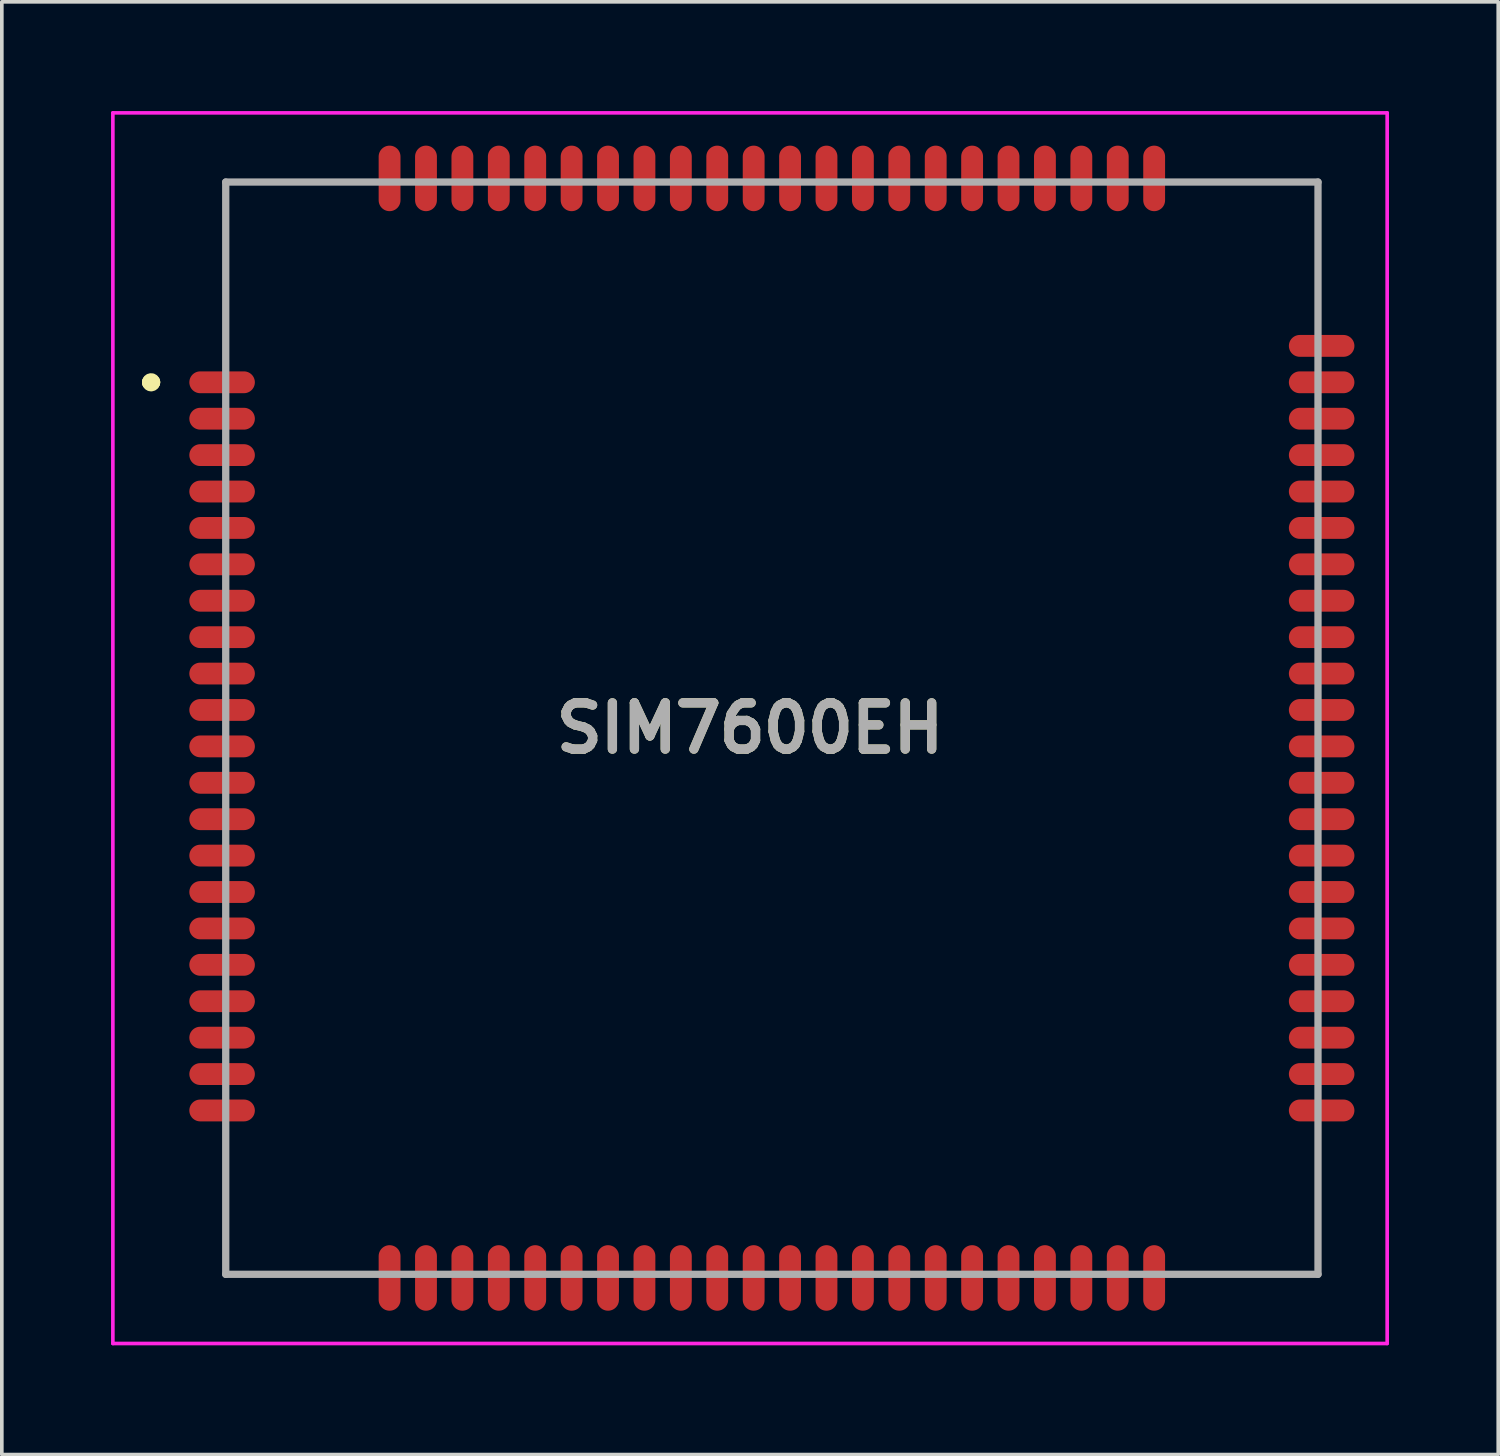
<source format=kicad_pcb>
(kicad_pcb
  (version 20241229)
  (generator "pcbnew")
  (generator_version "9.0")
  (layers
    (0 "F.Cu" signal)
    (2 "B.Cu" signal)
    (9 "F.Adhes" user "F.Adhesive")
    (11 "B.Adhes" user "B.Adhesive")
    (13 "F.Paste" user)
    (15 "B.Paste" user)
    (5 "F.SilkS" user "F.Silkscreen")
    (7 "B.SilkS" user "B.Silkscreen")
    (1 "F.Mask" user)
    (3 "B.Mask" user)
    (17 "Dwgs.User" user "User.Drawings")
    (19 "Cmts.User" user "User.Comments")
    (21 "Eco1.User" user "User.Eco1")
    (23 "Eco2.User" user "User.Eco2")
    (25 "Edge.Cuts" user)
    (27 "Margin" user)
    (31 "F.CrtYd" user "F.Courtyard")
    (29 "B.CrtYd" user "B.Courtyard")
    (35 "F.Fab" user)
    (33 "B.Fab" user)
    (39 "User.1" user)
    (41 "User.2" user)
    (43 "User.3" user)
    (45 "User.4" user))
  (footprint "SIM7600EH"
    (layer "F.Cu")
    (at 18.15 16.95)
    (property "Reference" "SIM7600EH" (at -0.6 0 0) (layer "F.SilkS") (effects (font (size 1.27 1.27) (thickness 0.254))))
    (attr smd)
    (fp_line (start -17.1 -9.5) (end -17.1 -9.5) (stroke (width 0.4) (type solid)) (layer "F.SilkS"))
    (fp_line (start -17 -9.5) (end -17 -9.5) (stroke (width 0.4) (type solid)) (layer "F.SilkS"))
    (fp_line (start -15 -15) (end -15 -10) (stroke (width 0.1) (type solid)) (layer "F.SilkS"))
    (fp_line (start -15 11) (end -15 15) (stroke (width 0.1) (type solid)) (layer "F.SilkS"))
    (fp_line (start -15 15) (end -11 15) (stroke (width 0.1) (type solid)) (layer "F.SilkS"))
    (fp_line (start -11 -15) (end -15 -15) (stroke (width 0.1) (type solid)) (layer "F.SilkS"))
    (fp_line (start 11 -15) (end 15 -15) (stroke (width 0.1) (type solid)) (layer "F.SilkS"))
    (fp_line (start 11 15) (end 15 15) (stroke (width 0.1) (type solid)) (layer "F.SilkS"))
    (fp_line (start 15 -15) (end 15 -11) (stroke (width 0.1) (type solid)) (layer "F.SilkS"))
    (fp_line (start 15 15) (end 15 11) (stroke (width 0.1) (type solid)) (layer "F.SilkS"))
    (fp_arc (start -17.1 -9.5) (mid -17.05 -9.55) (end -17 -9.5) (stroke (width 0.4) (type solid)) (layer "F.SilkS"))
    (fp_arc (start -17 -9.5) (mid -17.05 -9.45) (end -17.1 -9.5) (stroke (width 0.4) (type solid)) (layer "F.SilkS"))
    (fp_line (start -18.1 -16.9) (end 16.9 -16.9) (stroke (width 0.1) (type solid)) (layer "F.CrtYd"))
    (fp_line (start -18.1 16.9) (end -18.1 -16.9) (stroke (width 0.1) (type solid)) (layer "F.CrtYd"))
    (fp_line (start 16.9 -16.9) (end 16.9 16.9) (stroke (width 0.1) (type solid)) (layer "F.CrtYd"))
    (fp_line (start 16.9 16.9) (end -18.1 16.9) (stroke (width 0.1) (type solid)) (layer "F.CrtYd"))
    (fp_line (start -15 -15) (end 15 -15) (stroke (width 0.2) (type solid)) (layer "F.Fab"))
    (fp_line (start -15 15) (end -15 -15) (stroke (width 0.2) (type solid)) (layer "F.Fab"))
    (fp_line (start 15 -15) (end 15 15) (stroke (width 0.2) (type solid)) (layer "F.Fab"))
    (fp_line (start 15 15) (end -15 15) (stroke (width 0.2) (type solid)) (layer "F.Fab"))
    (fp_text user "${REFERENCE}" (at -0.6 0 0) (layer "F.Fab") (effects (font (size 1.27 1.27) (thickness 0.254))))
    (pad "1" smd oval (at -15.1 -9.5 90) (size 0.6 1.8) (layers "F.Cu" "F.Mask" "F.Paste"))
    (pad "2" smd oval (at -15.1 -8.5 90) (size 0.6 1.8) (layers "F.Cu" "F.Mask" "F.Paste"))
    (pad "3" smd oval (at -15.1 -7.5 90) (size 0.6 1.8) (layers "F.Cu" "F.Mask" "F.Paste"))
    (pad "4" smd oval (at -15.1 -6.5 90) (size 0.6 1.8) (layers "F.Cu" "F.Mask" "F.Paste"))
    (pad "5" smd oval (at -15.1 -5.5 90) (size 0.6 1.8) (layers "F.Cu" "F.Mask" "F.Paste"))
    (pad "6" smd oval (at -15.1 -4.5 90) (size 0.6 1.8) (layers "F.Cu" "F.Mask" "F.Paste"))
    (pad "7" smd oval (at -15.1 -3.5 90) (size 0.6 1.8) (layers "F.Cu" "F.Mask" "F.Paste"))
    (pad "8" smd oval (at -15.1 -2.5 90) (size 0.6 1.8) (layers "F.Cu" "F.Mask" "F.Paste"))
    (pad "9" smd oval (at -15.1 -1.5 90) (size 0.6 1.8) (layers "F.Cu" "F.Mask" "F.Paste"))
    (pad "10" smd oval (at -15.1 -0.5 90) (size 0.6 1.8) (layers "F.Cu" "F.Mask" "F.Paste"))
    (pad "11" smd oval (at -15.1 0.5 90) (size 0.6 1.8) (layers "F.Cu" "F.Mask" "F.Paste"))
    (pad "12" smd oval (at -15.1 1.5 90) (size 0.6 1.8) (layers "F.Cu" "F.Mask" "F.Paste"))
    (pad "13" smd oval (at -15.1 2.5 90) (size 0.6 1.8) (layers "F.Cu" "F.Mask" "F.Paste"))
    (pad "14" smd oval (at -15.1 3.5 90) (size 0.6 1.8) (layers "F.Cu" "F.Mask" "F.Paste"))
    (pad "15" smd oval (at -15.1 4.5 90) (size 0.6 1.8) (layers "F.Cu" "F.Mask" "F.Paste"))
    (pad "16" smd oval (at -15.1 5.5 90) (size 0.6 1.8) (layers "F.Cu" "F.Mask" "F.Paste"))
    (pad "17" smd oval (at -15.1 6.5 90) (size 0.6 1.8) (layers "F.Cu" "F.Mask" "F.Paste"))
    (pad "18" smd oval (at -15.1 7.5 90) (size 0.6 1.8) (layers "F.Cu" "F.Mask" "F.Paste"))
    (pad "19" smd oval (at -15.1 8.5 90) (size 0.6 1.8) (layers "F.Cu" "F.Mask" "F.Paste"))
    (pad "20" smd oval (at -15.1 9.5 90) (size 0.6 1.8) (layers "F.Cu" "F.Mask" "F.Paste"))
    (pad "21" smd oval (at -9.5 15.1) (size 0.6 1.8) (layers "F.Cu" "F.Mask" "F.Paste"))
    (pad "22" smd oval (at -8.5 15.1) (size 0.6 1.8) (layers "F.Cu" "F.Mask" "F.Paste"))
    (pad "23" smd oval (at -7.5 15.1) (size 0.6 1.8) (layers "F.Cu" "F.Mask" "F.Paste"))
    (pad "24" smd oval (at -6.5 15.1) (size 0.6 1.8) (layers "F.Cu" "F.Mask" "F.Paste"))
    (pad "25" smd oval (at -5.5 15.1) (size 0.6 1.8) (layers "F.Cu" "F.Mask" "F.Paste"))
    (pad "26" smd oval (at -4.5 15.1) (size 0.6 1.8) (layers "F.Cu" "F.Mask" "F.Paste"))
    (pad "27" smd oval (at -3.5 15.1) (size 0.6 1.8) (layers "F.Cu" "F.Mask" "F.Paste"))
    (pad "28" smd oval (at -2.5 15.1) (size 0.6 1.8) (layers "F.Cu" "F.Mask" "F.Paste"))
    (pad "29" smd oval (at -1.5 15.1) (size 0.6 1.8) (layers "F.Cu" "F.Mask" "F.Paste"))
    (pad "30" smd oval (at -0.5 15.1) (size 0.6 1.8) (layers "F.Cu" "F.Mask" "F.Paste"))
    (pad "31" smd oval (at 0.5 15.1) (size 0.6 1.8) (layers "F.Cu" "F.Mask" "F.Paste"))
    (pad "32" smd oval (at 1.5 15.1) (size 0.6 1.8) (layers "F.Cu" "F.Mask" "F.Paste"))
    (pad "33" smd oval (at 2.5 15.1) (size 0.6 1.8) (layers "F.Cu" "F.Mask" "F.Paste"))
    (pad "34" smd oval (at 3.5 15.1) (size 0.6 1.8) (layers "F.Cu" "F.Mask" "F.Paste"))
    (pad "35" smd oval (at 4.5 15.1) (size 0.6 1.8) (layers "F.Cu" "F.Mask" "F.Paste"))
    (pad "36" smd oval (at 5.5 15.1) (size 0.6 1.8) (layers "F.Cu" "F.Mask" "F.Paste"))
    (pad "37" smd oval (at 6.5 15.1) (size 0.6 1.8) (layers "F.Cu" "F.Mask" "F.Paste"))
    (pad "38" smd oval (at 7.5 15.1) (size 0.6 1.8) (layers "F.Cu" "F.Mask" "F.Paste"))
    (pad "39" smd oval (at 8.5 15.1) (size 0.6 1.8) (layers "F.Cu" "F.Mask" "F.Paste"))
    (pad "40" smd oval (at 9.5 15.1) (size 0.6 1.8) (layers "F.Cu" "F.Mask" "F.Paste"))
    (pad "41" smd oval (at 15.1 9.5 90) (size 0.6 1.8) (layers "F.Cu" "F.Mask" "F.Paste"))
    (pad "42" smd oval (at 15.1 8.5 90) (size 0.6 1.8) (layers "F.Cu" "F.Mask" "F.Paste"))
    (pad "43" smd oval (at 15.1 7.5 90) (size 0.6 1.8) (layers "F.Cu" "F.Mask" "F.Paste"))
    (pad "44" smd oval (at 15.1 6.5 90) (size 0.6 1.8) (layers "F.Cu" "F.Mask" "F.Paste"))
    (pad "45" smd oval (at 15.1 5.5 90) (size 0.6 1.8) (layers "F.Cu" "F.Mask" "F.Paste"))
    (pad "46" smd oval (at 15.1 4.5 90) (size 0.6 1.8) (layers "F.Cu" "F.Mask" "F.Paste"))
    (pad "47" smd oval (at 15.1 3.5 90) (size 0.6 1.8) (layers "F.Cu" "F.Mask" "F.Paste"))
    (pad "48" smd oval (at 15.1 2.5 90) (size 0.6 1.8) (layers "F.Cu" "F.Mask" "F.Paste"))
    (pad "49" smd oval (at 15.1 1.5 90) (size 0.6 1.8) (layers "F.Cu" "F.Mask" "F.Paste"))
    (pad "50" smd oval (at 15.1 0.5 90) (size 0.6 1.8) (layers "F.Cu" "F.Mask" "F.Paste"))
    (pad "51" smd oval (at 15.1 -0.5 90) (size 0.6 1.8) (layers "F.Cu" "F.Mask" "F.Paste"))
    (pad "52" smd oval (at 15.1 -1.5 90) (size 0.6 1.8) (layers "F.Cu" "F.Mask" "F.Paste"))
    (pad "53" smd oval (at 15.1 -2.5 90) (size 0.6 1.8) (layers "F.Cu" "F.Mask" "F.Paste"))
    (pad "54" smd oval (at 15.1 -3.5 90) (size 0.6 1.8) (layers "F.Cu" "F.Mask" "F.Paste"))
    (pad "55" smd oval (at 15.1 -4.5 90) (size 0.6 1.8) (layers "F.Cu" "F.Mask" "F.Paste"))
    (pad "56" smd oval (at 15.1 -5.5 90) (size 0.6 1.8) (layers "F.Cu" "F.Mask" "F.Paste"))
    (pad "57" smd oval (at 15.1 -6.5 90) (size 0.6 1.8) (layers "F.Cu" "F.Mask" "F.Paste"))
    (pad "58" smd oval (at 15.1 -7.5 90) (size 0.6 1.8) (layers "F.Cu" "F.Mask" "F.Paste"))
    (pad "59" smd oval (at 15.1 -8.5 90) (size 0.6 1.8) (layers "F.Cu" "F.Mask" "F.Paste"))
    (pad "60" smd oval (at 15.1 -9.5 90) (size 0.6 1.8) (layers "F.Cu" "F.Mask" "F.Paste"))
    (pad "61" smd oval (at 9.5 -15.1) (size 0.6 1.8) (layers "F.Cu" "F.Mask" "F.Paste"))
    (pad "62" smd oval (at 8.5 -15.1) (size 0.6 1.8) (layers "F.Cu" "F.Mask" "F.Paste"))
    (pad "63" smd oval (at 7.5 -15.1) (size 0.6 1.8) (layers "F.Cu" "F.Mask" "F.Paste"))
    (pad "64" smd oval (at 6.5 -15.1) (size 0.6 1.8) (layers "F.Cu" "F.Mask" "F.Paste"))
    (pad "65" smd oval (at 5.5 -15.1) (size 0.6 1.8) (layers "F.Cu" "F.Mask" "F.Paste"))
    (pad "66" smd oval (at 4.5 -15.1) (size 0.6 1.8) (layers "F.Cu" "F.Mask" "F.Paste"))
    (pad "67" smd oval (at 3.5 -15.1) (size 0.6 1.8) (layers "F.Cu" "F.Mask" "F.Paste"))
    (pad "68" smd oval (at 2.5 -15.1) (size 0.6 1.8) (layers "F.Cu" "F.Mask" "F.Paste"))
    (pad "69" smd oval (at 1.5 -15.1) (size 0.6 1.8) (layers "F.Cu" "F.Mask" "F.Paste"))
    (pad "70" smd oval (at 0.5 -15.1) (size 0.6 1.8) (layers "F.Cu" "F.Mask" "F.Paste"))
    (pad "71" smd oval (at -0.5 -15.1) (size 0.6 1.8) (layers "F.Cu" "F.Mask" "F.Paste"))
    (pad "72" smd oval (at -1.5 -15.1) (size 0.6 1.8) (layers "F.Cu" "F.Mask" "F.Paste"))
    (pad "73" smd oval (at -2.5 -15.1) (size 0.6 1.8) (layers "F.Cu" "F.Mask" "F.Paste"))
    (pad "74" smd oval (at -3.5 -15.1) (size 0.6 1.8) (layers "F.Cu" "F.Mask" "F.Paste"))
    (pad "75" smd oval (at -4.5 -15.1) (size 0.6 1.8) (layers "F.Cu" "F.Mask" "F.Paste"))
    (pad "76" smd oval (at -5.5 -15.1) (size 0.6 1.8) (layers "F.Cu" "F.Mask" "F.Paste"))
    (pad "77" smd oval (at -6.5 -15.1) (size 0.6 1.8) (layers "F.Cu" "F.Mask" "F.Paste"))
    (pad "78" smd oval (at -7.5 -15.1) (size 0.6 1.8) (layers "F.Cu" "F.Mask" "F.Paste"))
    (pad "79" smd oval (at -8.5 -15.1) (size 0.6 1.8) (layers "F.Cu" "F.Mask" "F.Paste"))
    (pad "80" smd oval (at -9.5 -15.1) (size 0.6 1.8) (layers "F.Cu" "F.Mask" "F.Paste"))
    (pad "81" smd oval (at -15.1 10.5 90) (size 0.6 1.8) (layers "F.Cu" "F.Mask" "F.Paste"))
    (pad "82" smd oval (at 15.1 10.5 90) (size 0.6 1.8) (layers "F.Cu" "F.Mask" "F.Paste"))
    (pad "83" smd oval (at 10.5 15.1) (size 0.6 1.8) (layers "F.Cu" "F.Mask" "F.Paste"))
    (pad "84" smd oval (at -10.5 15.1) (size 0.6 1.8) (layers "F.Cu" "F.Mask" "F.Paste"))
    (pad "85" smd oval (at 15.1 -10.5 90) (size 0.6 1.8) (layers "F.Cu" "F.Mask" "F.Paste"))
    (pad "86" smd oval (at -10.5 -15.1) (size 0.6 1.8) (layers "F.Cu" "F.Mask" "F.Paste"))
    (pad "87" smd oval (at 10.5 -15.1) (size 0.6 1.8) (layers "F.Cu" "F.Mask" "F.Paste")))
  (gr_rect
    (start -3 -3)
    (end 38.1 36.9)
    (stroke (width 0.1) (type default))
    (fill no)
    (layer "Edge.Cuts")))
</source>
